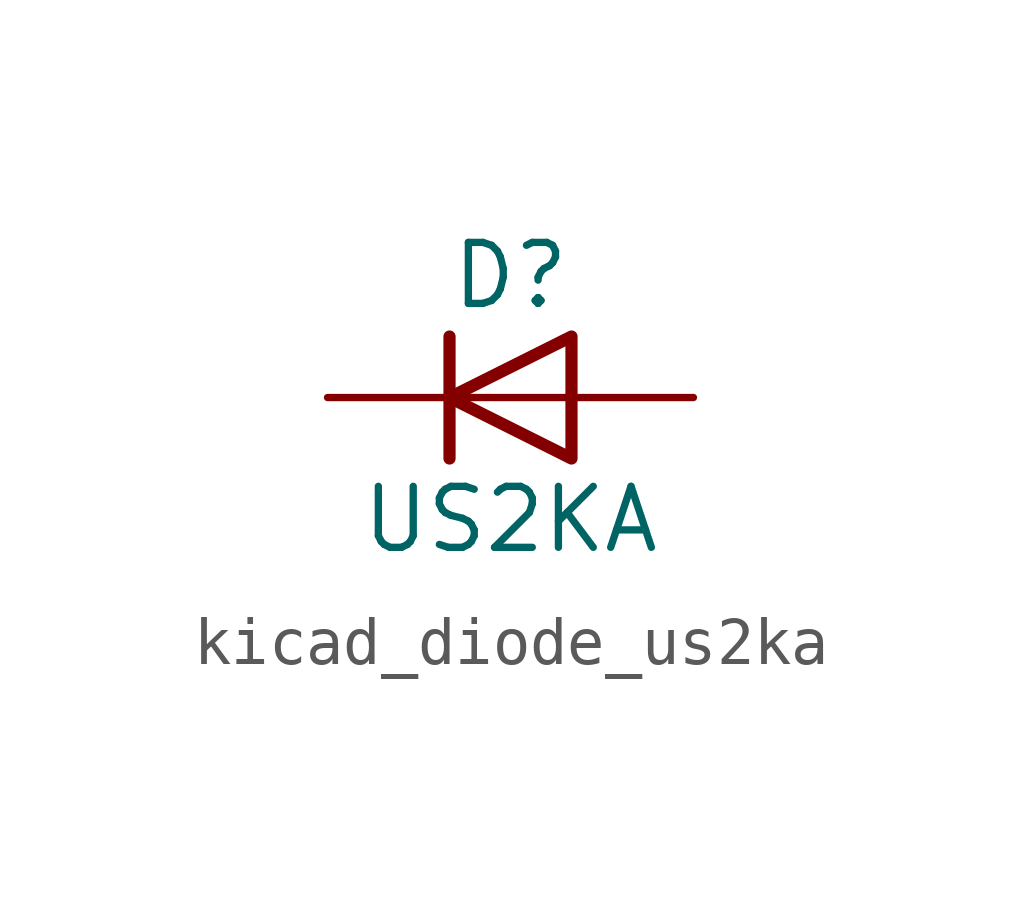
<source format=kicad_sym>
(kicad_symbol_lib
  (version 20220914)
  (generator kicad_symbol_editor)
  (symbol "kicad_diode_us2ka"
    (pin_numbers hide)
    (pin_names hide)
    (property "Reference" "D"
      (at 0 2.54 0)
      (effects (font (size 1.27 1.27))))
    (property "Value" "US2KA"
      (at 0 -2.54 0)
      (effects (font (size 1.27 1.27))))
    (symbol "kicad_diode_us2ka_0_1"
      (polyline (pts (xy -1.27 1.27) (xy -1.27 -1.27)) (stroke (width 0.254) (type default)) (fill (type none)))
      (polyline (pts (xy 1.27 0) (xy -1.27 0)) (stroke (width 0) (type default)) (fill (type none)))
      (polyline (pts (xy 1.27 1.27) (xy 1.27 -1.27) (xy -1.27 0) (xy 1.27 1.27)) (stroke (width 0.254) (type default)) (fill (type none))))
    (symbol "kicad_diode_us2ka_1_1"
      (pin passive line (at -3.81 0 0) (length 2.54) (name "K" (effects (font (size 1.27 1.27)))) (number "1" (effects (font (size 1.27 1.27)))))
      (pin passive line (at 3.81 0 180) (length 2.54) (name "A" (effects (font (size 1.27 1.27)))) (number "2" (effects (font (size 1.27 1.27))))))))
</source>
